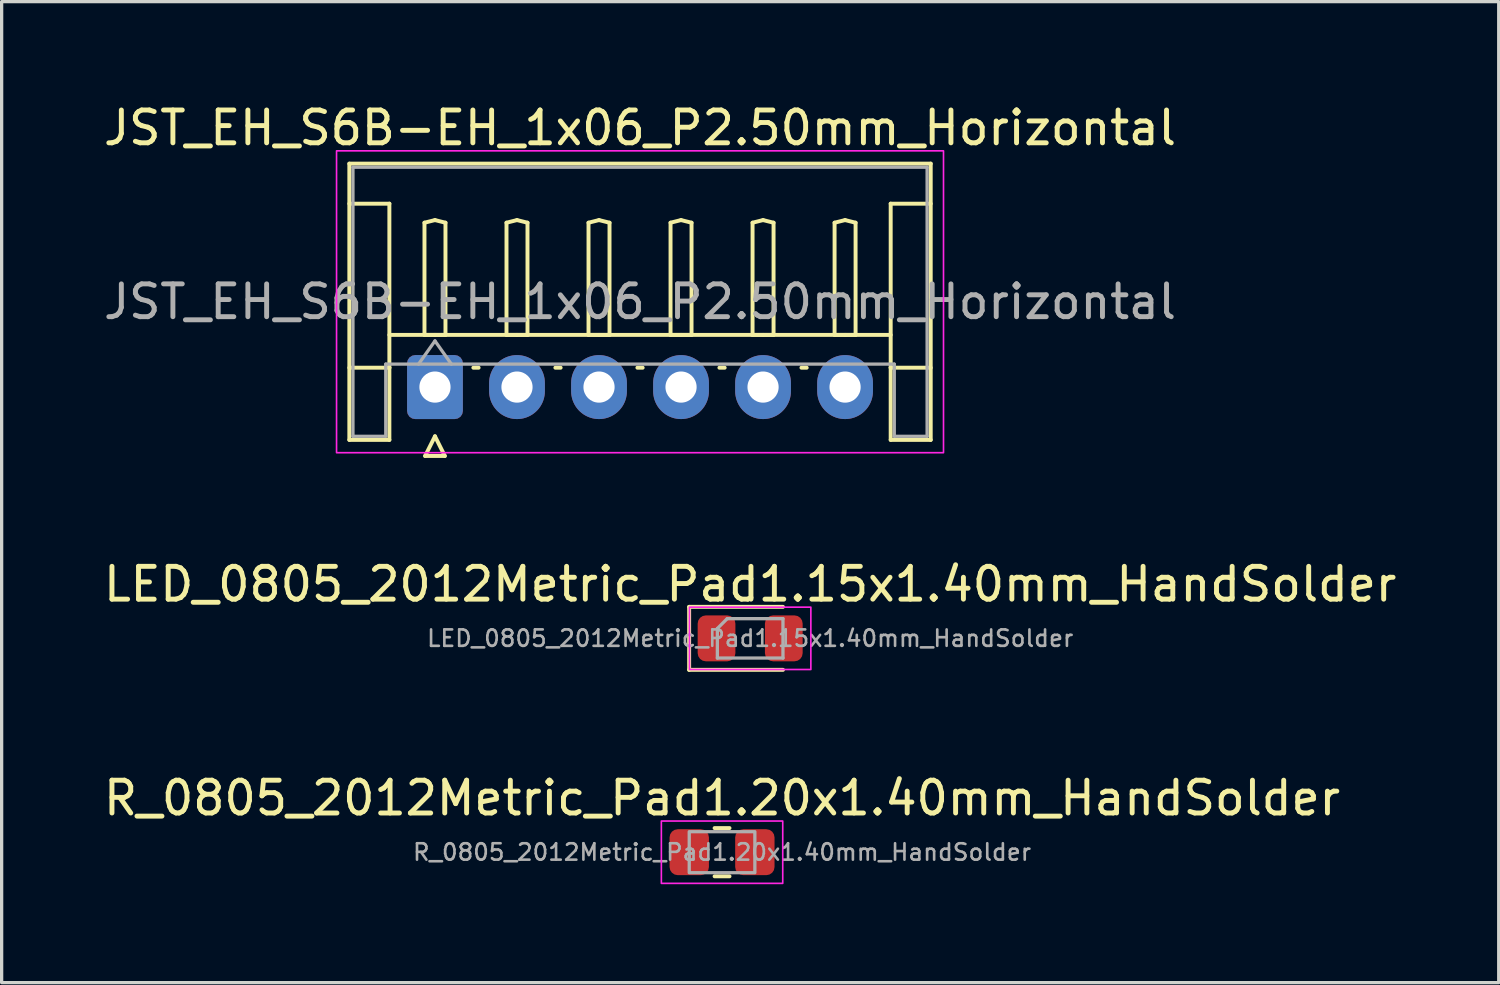
<source format=kicad_pcb>
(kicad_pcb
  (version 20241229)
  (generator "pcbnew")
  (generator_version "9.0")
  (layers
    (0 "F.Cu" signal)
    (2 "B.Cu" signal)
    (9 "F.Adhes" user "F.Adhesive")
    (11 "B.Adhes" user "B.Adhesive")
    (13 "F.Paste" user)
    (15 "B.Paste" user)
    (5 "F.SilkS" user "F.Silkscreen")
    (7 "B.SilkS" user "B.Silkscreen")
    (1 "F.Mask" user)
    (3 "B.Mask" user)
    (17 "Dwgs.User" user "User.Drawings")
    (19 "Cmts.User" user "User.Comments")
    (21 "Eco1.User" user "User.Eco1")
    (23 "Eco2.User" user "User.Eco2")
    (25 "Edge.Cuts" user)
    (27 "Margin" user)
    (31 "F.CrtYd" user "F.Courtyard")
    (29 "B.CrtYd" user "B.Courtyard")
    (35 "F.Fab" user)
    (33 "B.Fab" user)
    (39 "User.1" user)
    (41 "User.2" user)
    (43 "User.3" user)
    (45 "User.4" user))
  (footprint "LED_0805_2012Metric_Pad1.15x1.40mm_HandSolder"
    (layer "F.Cu")
    (at 19.815 16.407)
    (property "Reference" "LED_0805_2012Metric_Pad1.15x1.40mm_HandSolder" (at 0 -1.65 0) (layer "F.SilkS") (effects (font (size 1 1) (thickness 0.15))))
    (attr smd)
    (fp_line (start -1.86 -0.96) (end -1.86 0.96) (stroke (width 0.12) (type solid)) (layer "F.SilkS"))
    (fp_line (start -1.86 0.96) (end 1 0.96) (stroke (width 0.12) (type solid)) (layer "F.SilkS"))
    (fp_line (start 1 -0.96) (end -1.86 -0.96) (stroke (width 0.12) (type solid)) (layer "F.SilkS"))
    (fp_rect (start -1.85 -0.95) (end 1.85 0.95) (stroke (width 0.05) (type solid)) (fill no) (layer "F.CrtYd"))
    (fp_line (start -1 -0.3) (end -1 0.6) (stroke (width 0.1) (type solid)) (layer "F.Fab"))
    (fp_line (start -1 0.6) (end 1 0.6) (stroke (width 0.1) (type solid)) (layer "F.Fab"))
    (fp_line (start -0.7 -0.6) (end -1 -0.3) (stroke (width 0.1) (type solid)) (layer "F.Fab"))
    (fp_line (start 1 -0.6) (end -0.7 -0.6) (stroke (width 0.1) (type solid)) (layer "F.Fab"))
    (fp_line (start 1 0.6) (end 1 -0.6) (stroke (width 0.1) (type solid)) (layer "F.Fab"))
    (fp_text user "${REFERENCE}" (at 0 0 0) (layer "F.Fab") (effects (font (size 0.5 0.5) (thickness 0.08))))
    (pad "1" smd roundrect (at -1.025 0) (size 1.15 1.4) (layers "F.Cu" "F.Mask" "F.Paste") (roundrect_rratio 0.217))
    (pad "2" smd roundrect (at 1.025 0) (size 1.15 1.4) (layers "F.Cu" "F.Mask" "F.Paste") (roundrect_rratio 0.217)))
  (footprint "JST_EH_S6B-EH_1x06_P2.50mm_Horizontal"
    (layer "F.Cu")
    (at 10.208 8.748)
    (property "Reference" "JST_EH_S6B-EH_1x06_P2.50mm_Horizontal" (at 6.25 -7.9 0) (layer "F.SilkS") (effects (font (size 1 1) (thickness 0.15))))
    (attr through_hole)
    (fp_line (start -2.61 -6.81) (end 15.11 -6.81) (stroke (width 0.12) (type solid)) (layer "F.SilkS"))
    (fp_line (start -2.61 -5.59) (end -1.39 -5.59) (stroke (width 0.12) (type solid)) (layer "F.SilkS"))
    (fp_line (start -2.61 1.61) (end -2.61 -6.81) (stroke (width 0.12) (type solid)) (layer "F.SilkS"))
    (fp_line (start -1.39 -5.59) (end -1.39 -0.59) (stroke (width 0.12) (type solid)) (layer "F.SilkS"))
    (fp_line (start -1.39 -1.59) (end 13.89 -1.59) (stroke (width 0.12) (type solid)) (layer "F.SilkS"))
    (fp_line (start -1.39 -0.59) (end -2.61 -0.59) (stroke (width 0.12) (type solid)) (layer "F.SilkS"))
    (fp_line (start -1.39 -0.59) (end -1.39 1.61) (stroke (width 0.12) (type solid)) (layer "F.SilkS"))
    (fp_line (start -1.39 1.61) (end -2.61 1.61) (stroke (width 0.12) (type solid)) (layer "F.SilkS"))
    (fp_line (start -0.32 -5.01) (end 0 -5.09) (stroke (width 0.12) (type solid)) (layer "F.SilkS"))
    (fp_line (start -0.32 -1.59) (end -0.32 -5.01) (stroke (width 0.12) (type solid)) (layer "F.SilkS"))
    (fp_line (start -0.3 2.1) (end 0.3 2.1) (stroke (width 0.12) (type solid)) (layer "F.SilkS"))
    (fp_line (start 0 -5.09) (end 0.32 -5.01) (stroke (width 0.12) (type solid)) (layer "F.SilkS"))
    (fp_line (start 0 -1.59) (end -0.32 -1.59) (stroke (width 0.12) (type solid)) (layer "F.SilkS"))
    (fp_line (start 0 1.5) (end -0.3 2.1) (stroke (width 0.12) (type solid)) (layer "F.SilkS"))
    (fp_line (start 0.3 2.1) (end 0 1.5) (stroke (width 0.12) (type solid)) (layer "F.SilkS"))
    (fp_line (start 0.32 -5.01) (end 0.32 -1.59) (stroke (width 0.12) (type solid)) (layer "F.SilkS"))
    (fp_line (start 0.32 -1.59) (end 0 -1.59) (stroke (width 0.12) (type solid)) (layer "F.SilkS"))
    (fp_line (start 1.17 -0.59) (end 1.33 -0.59) (stroke (width 0.12) (type solid)) (layer "F.SilkS"))
    (fp_line (start 2.18 -5.01) (end 2.5 -5.09) (stroke (width 0.12) (type solid)) (layer "F.SilkS"))
    (fp_line (start 2.18 -1.59) (end 2.18 -5.01) (stroke (width 0.12) (type solid)) (layer "F.SilkS"))
    (fp_line (start 2.5 -5.09) (end 2.82 -5.01) (stroke (width 0.12) (type solid)) (layer "F.SilkS"))
    (fp_line (start 2.5 -1.59) (end 2.18 -1.59) (stroke (width 0.12) (type solid)) (layer "F.SilkS"))
    (fp_line (start 2.82 -5.01) (end 2.82 -1.59) (stroke (width 0.12) (type solid)) (layer "F.SilkS"))
    (fp_line (start 2.82 -1.59) (end 2.5 -1.59) (stroke (width 0.12) (type solid)) (layer "F.SilkS"))
    (fp_line (start 3.67 -0.59) (end 3.83 -0.59) (stroke (width 0.12) (type solid)) (layer "F.SilkS"))
    (fp_line (start 4.68 -5.01) (end 5 -5.09) (stroke (width 0.12) (type solid)) (layer "F.SilkS"))
    (fp_line (start 4.68 -1.59) (end 4.68 -5.01) (stroke (width 0.12) (type solid)) (layer "F.SilkS"))
    (fp_line (start 5 -5.09) (end 5.32 -5.01) (stroke (width 0.12) (type solid)) (layer "F.SilkS"))
    (fp_line (start 5 -1.59) (end 4.68 -1.59) (stroke (width 0.12) (type solid)) (layer "F.SilkS"))
    (fp_line (start 5.32 -5.01) (end 5.32 -1.59) (stroke (width 0.12) (type solid)) (layer "F.SilkS"))
    (fp_line (start 5.32 -1.59) (end 5 -1.59) (stroke (width 0.12) (type solid)) (layer "F.SilkS"))
    (fp_line (start 6.17 -0.59) (end 6.33 -0.59) (stroke (width 0.12) (type solid)) (layer "F.SilkS"))
    (fp_line (start 7.18 -5.01) (end 7.5 -5.09) (stroke (width 0.12) (type solid)) (layer "F.SilkS"))
    (fp_line (start 7.18 -1.59) (end 7.18 -5.01) (stroke (width 0.12) (type solid)) (layer "F.SilkS"))
    (fp_line (start 7.5 -5.09) (end 7.82 -5.01) (stroke (width 0.12) (type solid)) (layer "F.SilkS"))
    (fp_line (start 7.5 -1.59) (end 7.18 -1.59) (stroke (width 0.12) (type solid)) (layer "F.SilkS"))
    (fp_line (start 7.82 -5.01) (end 7.82 -1.59) (stroke (width 0.12) (type solid)) (layer "F.SilkS"))
    (fp_line (start 7.82 -1.59) (end 7.5 -1.59) (stroke (width 0.12) (type solid)) (layer "F.SilkS"))
    (fp_line (start 8.67 -0.59) (end 8.83 -0.59) (stroke (width 0.12) (type solid)) (layer "F.SilkS"))
    (fp_line (start 9.68 -5.01) (end 10 -5.09) (stroke (width 0.12) (type solid)) (layer "F.SilkS"))
    (fp_line (start 9.68 -1.59) (end 9.68 -5.01) (stroke (width 0.12) (type solid)) (layer "F.SilkS"))
    (fp_line (start 10 -5.09) (end 10.32 -5.01) (stroke (width 0.12) (type solid)) (layer "F.SilkS"))
    (fp_line (start 10 -1.59) (end 9.68 -1.59) (stroke (width 0.12) (type solid)) (layer "F.SilkS"))
    (fp_line (start 10.32 -5.01) (end 10.32 -1.59) (stroke (width 0.12) (type solid)) (layer "F.SilkS"))
    (fp_line (start 10.32 -1.59) (end 10 -1.59) (stroke (width 0.12) (type solid)) (layer "F.SilkS"))
    (fp_line (start 11.17 -0.59) (end 11.33 -0.59) (stroke (width 0.12) (type solid)) (layer "F.SilkS"))
    (fp_line (start 12.18 -5.01) (end 12.5 -5.09) (stroke (width 0.12) (type solid)) (layer "F.SilkS"))
    (fp_line (start 12.18 -1.59) (end 12.18 -5.01) (stroke (width 0.12) (type solid)) (layer "F.SilkS"))
    (fp_line (start 12.5 -5.09) (end 12.82 -5.01) (stroke (width 0.12) (type solid)) (layer "F.SilkS"))
    (fp_line (start 12.5 -1.59) (end 12.18 -1.59) (stroke (width 0.12) (type solid)) (layer "F.SilkS"))
    (fp_line (start 12.82 -5.01) (end 12.82 -1.59) (stroke (width 0.12) (type solid)) (layer "F.SilkS"))
    (fp_line (start 12.82 -1.59) (end 12.5 -1.59) (stroke (width 0.12) (type solid)) (layer "F.SilkS"))
    (fp_line (start 13.89 -5.59) (end 13.89 -0.59) (stroke (width 0.12) (type solid)) (layer "F.SilkS"))
    (fp_line (start 13.89 -0.59) (end 15.11 -0.59) (stroke (width 0.12) (type solid)) (layer "F.SilkS"))
    (fp_line (start 13.89 1.61) (end 13.89 -0.59) (stroke (width 0.12) (type solid)) (layer "F.SilkS"))
    (fp_line (start 15.11 -6.81) (end 15.11 1.61) (stroke (width 0.12) (type solid)) (layer "F.SilkS"))
    (fp_line (start 15.11 -5.59) (end 13.89 -5.59) (stroke (width 0.12) (type solid)) (layer "F.SilkS"))
    (fp_line (start 15.11 1.61) (end 13.89 1.61) (stroke (width 0.12) (type solid)) (layer "F.SilkS"))
    (fp_rect (start -3 -7.2) (end 15.5 2) (stroke (width 0.05) (type solid)) (fill no) (layer "F.CrtYd"))
    (fp_line (start -2.5 -6.7) (end 15 -6.7) (stroke (width 0.1) (type solid)) (layer "F.Fab"))
    (fp_line (start -2.5 1.5) (end -2.5 -6.7) (stroke (width 0.1) (type solid)) (layer "F.Fab"))
    (fp_line (start -1.5 -0.7) (end -1.5 1.5) (stroke (width 0.1) (type solid)) (layer "F.Fab"))
    (fp_line (start -1.5 1.5) (end -2.5 1.5) (stroke (width 0.1) (type solid)) (layer "F.Fab"))
    (fp_line (start -0.5 -0.7) (end 0 -1.407) (stroke (width 0.1) (type solid)) (layer "F.Fab"))
    (fp_line (start 0 -1.407) (end 0.5 -0.7) (stroke (width 0.1) (type solid)) (layer "F.Fab"))
    (fp_line (start 14 -0.7) (end -1.5 -0.7) (stroke (width 0.1) (type solid)) (layer "F.Fab"))
    (fp_line (start 14 1.5) (end 14 -0.7) (stroke (width 0.1) (type solid)) (layer "F.Fab"))
    (fp_line (start 15 -6.7) (end 15 1.5) (stroke (width 0.1) (type solid)) (layer "F.Fab"))
    (fp_line (start 15 1.5) (end 14 1.5) (stroke (width 0.1) (type solid)) (layer "F.Fab"))
    (fp_text user "${REFERENCE}" (at 6.25 -2.6 0) (layer "F.Fab") (effects (font (size 1 1) (thickness 0.15))))
    (pad "1" thru_hole roundrect (at 0 0) (size 1.7 1.95) (drill 0.95) (layers "*.Cu" "*.Mask") (roundrect_rratio 0.147))
    (pad "2" thru_hole oval (at 2.5 0) (size 1.7 1.95) (drill 0.95) (layers "*.Cu" "*.Mask"))
    (pad "3" thru_hole oval (at 5 0) (size 1.7 1.95) (drill 0.95) (layers "*.Cu" "*.Mask"))
    (pad "4" thru_hole oval (at 7.5 0) (size 1.7 1.95) (drill 0.95) (layers "*.Cu" "*.Mask"))
    (pad "5" thru_hole oval (at 10 0) (size 1.7 1.95) (drill 0.95) (layers "*.Cu" "*.Mask"))
    (pad "6" thru_hole oval (at 12.5 0) (size 1.7 1.95) (drill 0.95) (layers "*.Cu" "*.Mask")))
  (footprint "R_0805_2012Metric_Pad1.20x1.40mm_HandSolder"
    (layer "F.Cu")
    (at 18.958 22.925)
    (property "Reference" "R_0805_2012Metric_Pad1.20x1.40mm_HandSolder" (at 0 -1.65 0) (layer "F.SilkS") (effects (font (size 1 1) (thickness 0.15))))
    (attr smd)
    (fp_line (start -0.227 -0.735) (end 0.227 -0.735) (stroke (width 0.12) (type solid)) (layer "F.SilkS"))
    (fp_line (start -0.227 0.735) (end 0.227 0.735) (stroke (width 0.12) (type solid)) (layer "F.SilkS"))
    (fp_rect (start -1.85 -0.95) (end 1.85 0.95) (stroke (width 0.05) (type solid)) (fill no) (layer "F.CrtYd"))
    (fp_rect (start -1 -0.625) (end 1 0.625) (stroke (width 0.1) (type solid)) (fill no) (layer "F.Fab"))
    (fp_text user "${REFERENCE}" (at 0 0 0) (layer "F.Fab") (effects (font (size 0.5 0.5) (thickness 0.08))))
    (pad "1" smd roundrect (at -1 0) (size 1.2 1.4) (layers "F.Cu" "F.Mask" "F.Paste") (roundrect_rratio 0.208))
    (pad "2" smd roundrect (at 1 0) (size 1.2 1.4) (layers "F.Cu" "F.Mask" "F.Paste") (roundrect_rratio 0.208)))
  (gr_rect
    (start -3 -3)
    (end 42.631 26.9)
    (stroke (width 0.1) (type default))
    (fill no)
    (layer "Edge.Cuts")))
</source>
